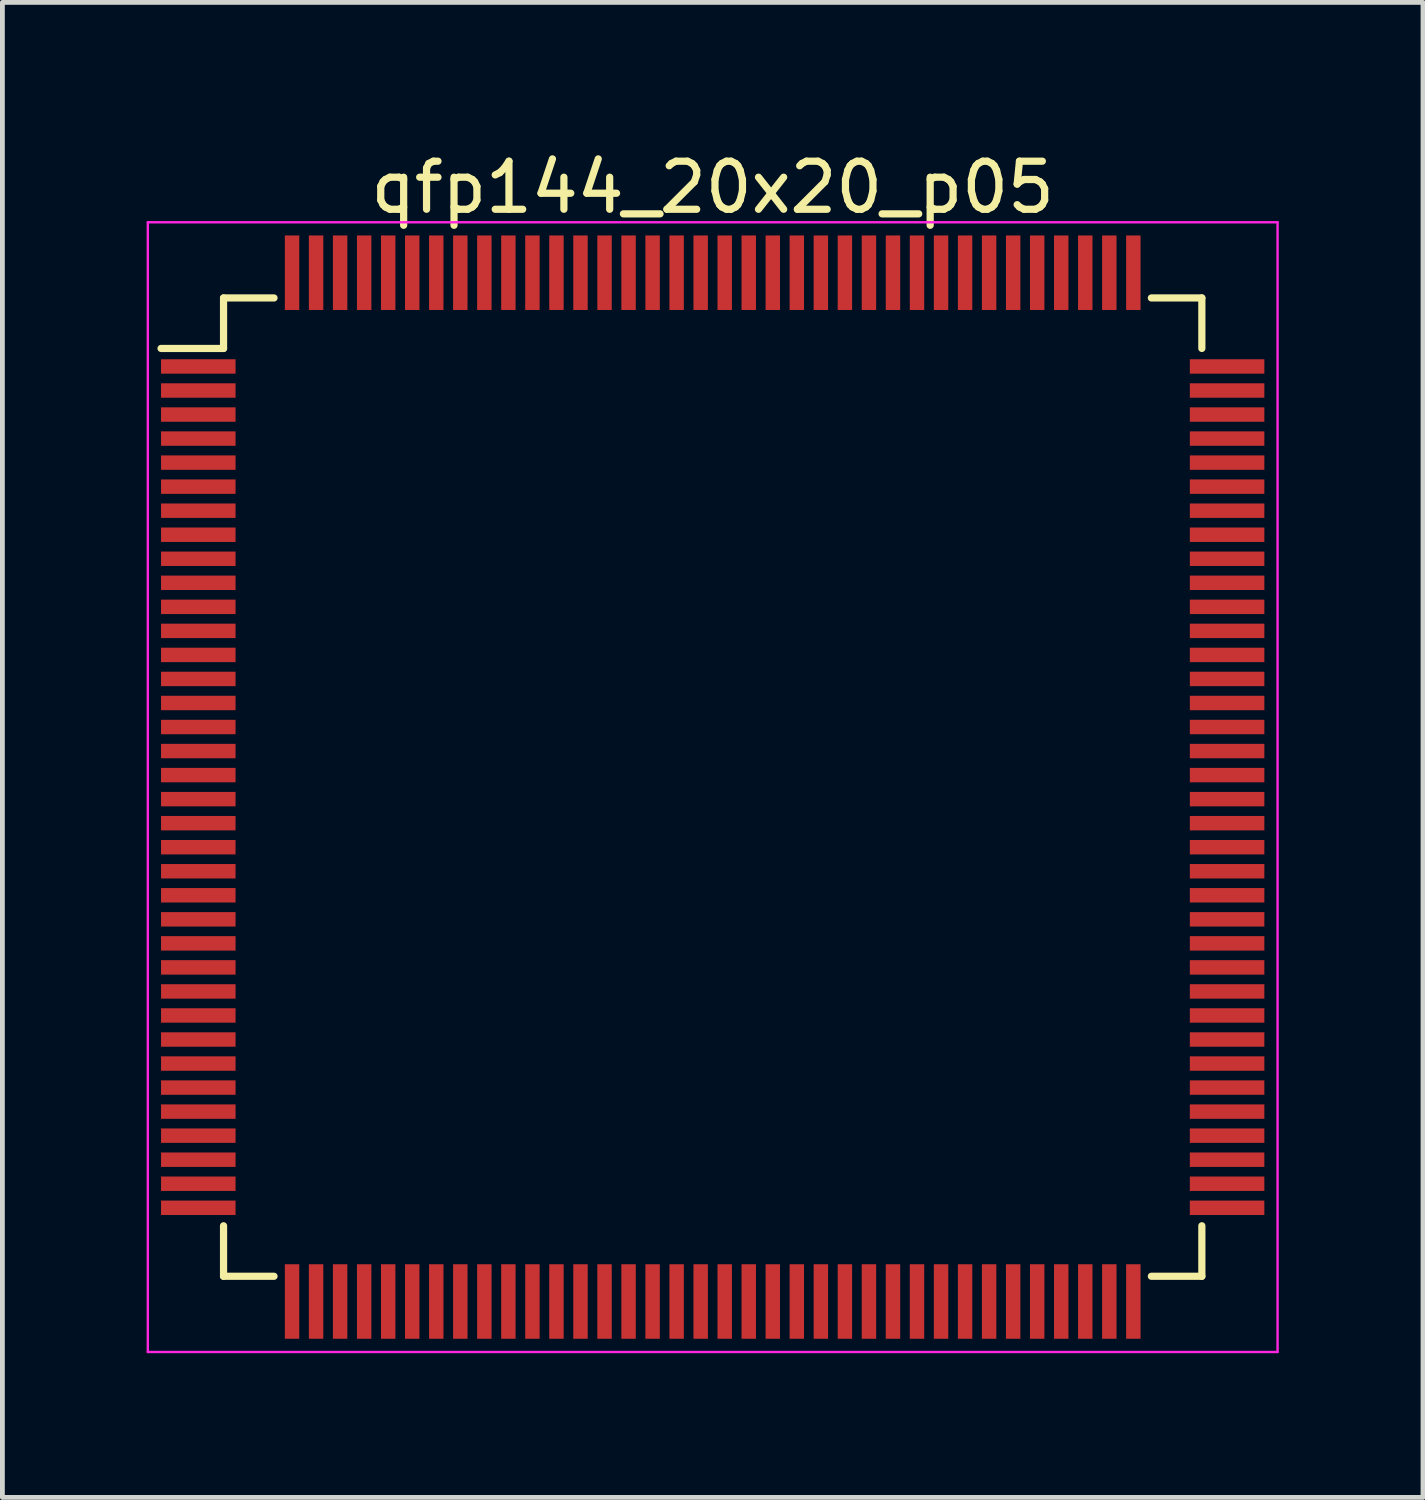
<source format=kicad_pcb>
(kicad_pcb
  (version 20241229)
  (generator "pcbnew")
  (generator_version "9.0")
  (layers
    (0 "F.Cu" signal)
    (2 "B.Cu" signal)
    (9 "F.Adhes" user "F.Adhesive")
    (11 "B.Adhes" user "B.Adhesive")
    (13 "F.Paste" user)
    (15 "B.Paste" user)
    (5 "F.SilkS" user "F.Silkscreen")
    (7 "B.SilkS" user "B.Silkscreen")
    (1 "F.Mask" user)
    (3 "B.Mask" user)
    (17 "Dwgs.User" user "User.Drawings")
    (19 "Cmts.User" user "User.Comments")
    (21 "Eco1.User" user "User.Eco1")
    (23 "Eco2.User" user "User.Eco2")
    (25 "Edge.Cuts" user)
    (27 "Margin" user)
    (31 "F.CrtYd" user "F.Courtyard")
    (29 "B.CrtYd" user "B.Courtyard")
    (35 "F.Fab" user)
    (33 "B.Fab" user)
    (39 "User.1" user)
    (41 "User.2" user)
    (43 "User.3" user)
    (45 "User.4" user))
  (footprint "qfp144_20x20_p05"
    (layer "F.Cu")
    (at 11.775 13.323)
    (property "Reference" "qfp144_20x20_p05" (at 0 -12.475 0) (layer "F.SilkS") (effects (font (size 1 1) (thickness 0.15))))
    (attr smd)
    (fp_line (start -10.175 -10.175) (end -10.175 -9.125) (stroke (width 0.15) (type solid)) (layer "F.SilkS"))
    (fp_line (start -10.175 -10.175) (end -9.125 -10.175) (stroke (width 0.15) (type solid)) (layer "F.SilkS"))
    (fp_line (start -10.175 -9.125) (end -11.475 -9.125) (stroke (width 0.15) (type solid)) (layer "F.SilkS"))
    (fp_line (start -10.175 10.175) (end -10.175 9.125) (stroke (width 0.15) (type solid)) (layer "F.SilkS"))
    (fp_line (start -10.175 10.175) (end -9.125 10.175) (stroke (width 0.15) (type solid)) (layer "F.SilkS"))
    (fp_line (start 10.175 -10.175) (end 9.125 -10.175) (stroke (width 0.15) (type solid)) (layer "F.SilkS"))
    (fp_line (start 10.175 -10.175) (end 10.175 -9.125) (stroke (width 0.15) (type solid)) (layer "F.SilkS"))
    (fp_line (start 10.175 10.175) (end 9.125 10.175) (stroke (width 0.15) (type solid)) (layer "F.SilkS"))
    (fp_line (start 10.175 10.175) (end 10.175 9.125) (stroke (width 0.15) (type solid)) (layer "F.SilkS"))
    (fp_line (start -11.75 -11.75) (end -11.75 11.75) (stroke (width 0.05) (type solid)) (layer "F.CrtYd"))
    (fp_line (start -11.75 -11.75) (end 11.75 -11.75) (stroke (width 0.05) (type solid)) (layer "F.CrtYd"))
    (fp_line (start -11.75 11.75) (end 11.75 11.75) (stroke (width 0.05) (type solid)) (layer "F.CrtYd"))
    (fp_line (start 11.75 -11.75) (end 11.75 11.75) (stroke (width 0.05) (type solid)) (layer "F.CrtYd"))
    (pad "1" smd rect (at -10.7 -8.75) (size 1.55 0.3) (layers "F.Cu" "F.Mask" "F.Paste"))
    (pad "2" smd rect (at -10.7 -8.25) (size 1.55 0.3) (layers "F.Cu" "F.Mask" "F.Paste"))
    (pad "3" smd rect (at -10.7 -7.75) (size 1.55 0.3) (layers "F.Cu" "F.Mask" "F.Paste"))
    (pad "4" smd rect (at -10.7 -7.25) (size 1.55 0.3) (layers "F.Cu" "F.Mask" "F.Paste"))
    (pad "5" smd rect (at -10.7 -6.75) (size 1.55 0.3) (layers "F.Cu" "F.Mask" "F.Paste"))
    (pad "6" smd rect (at -10.7 -6.25) (size 1.55 0.3) (layers "F.Cu" "F.Mask" "F.Paste"))
    (pad "7" smd rect (at -10.7 -5.75) (size 1.55 0.3) (layers "F.Cu" "F.Mask" "F.Paste"))
    (pad "8" smd rect (at -10.7 -5.25) (size 1.55 0.3) (layers "F.Cu" "F.Mask" "F.Paste"))
    (pad "9" smd rect (at -10.7 -4.75) (size 1.55 0.3) (layers "F.Cu" "F.Mask" "F.Paste"))
    (pad "10" smd rect (at -10.7 -4.25) (size 1.55 0.3) (layers "F.Cu" "F.Mask" "F.Paste"))
    (pad "11" smd rect (at -10.7 -3.75) (size 1.55 0.3) (layers "F.Cu" "F.Mask" "F.Paste"))
    (pad "12" smd rect (at -10.7 -3.25) (size 1.55 0.3) (layers "F.Cu" "F.Mask" "F.Paste"))
    (pad "13" smd rect (at -10.7 -2.75) (size 1.55 0.3) (layers "F.Cu" "F.Mask" "F.Paste"))
    (pad "14" smd rect (at -10.7 -2.25) (size 1.55 0.3) (layers "F.Cu" "F.Mask" "F.Paste"))
    (pad "15" smd rect (at -10.7 -1.75) (size 1.55 0.3) (layers "F.Cu" "F.Mask" "F.Paste"))
    (pad "16" smd rect (at -10.7 -1.25) (size 1.55 0.3) (layers "F.Cu" "F.Mask" "F.Paste"))
    (pad "17" smd rect (at -10.7 -0.75) (size 1.55 0.3) (layers "F.Cu" "F.Mask" "F.Paste"))
    (pad "18" smd rect (at -10.7 -0.25) (size 1.55 0.3) (layers "F.Cu" "F.Mask" "F.Paste"))
    (pad "19" smd rect (at -10.7 0.25) (size 1.55 0.3) (layers "F.Cu" "F.Mask" "F.Paste"))
    (pad "20" smd rect (at -10.7 0.75) (size 1.55 0.3) (layers "F.Cu" "F.Mask" "F.Paste"))
    (pad "21" smd rect (at -10.7 1.25) (size 1.55 0.3) (layers "F.Cu" "F.Mask" "F.Paste"))
    (pad "22" smd rect (at -10.7 1.75) (size 1.55 0.3) (layers "F.Cu" "F.Mask" "F.Paste"))
    (pad "23" smd rect (at -10.7 2.25) (size 1.55 0.3) (layers "F.Cu" "F.Mask" "F.Paste"))
    (pad "24" smd rect (at -10.7 2.75) (size 1.55 0.3) (layers "F.Cu" "F.Mask" "F.Paste"))
    (pad "25" smd rect (at -10.7 3.25) (size 1.55 0.3) (layers "F.Cu" "F.Mask" "F.Paste"))
    (pad "26" smd rect (at -10.7 3.75) (size 1.55 0.3) (layers "F.Cu" "F.Mask" "F.Paste"))
    (pad "27" smd rect (at -10.7 4.25) (size 1.55 0.3) (layers "F.Cu" "F.Mask" "F.Paste"))
    (pad "28" smd rect (at -10.7 4.75) (size 1.55 0.3) (layers "F.Cu" "F.Mask" "F.Paste"))
    (pad "29" smd rect (at -10.7 5.25) (size 1.55 0.3) (layers "F.Cu" "F.Mask" "F.Paste"))
    (pad "30" smd rect (at -10.7 5.75) (size 1.55 0.3) (layers "F.Cu" "F.Mask" "F.Paste"))
    (pad "31" smd rect (at -10.7 6.25) (size 1.55 0.3) (layers "F.Cu" "F.Mask" "F.Paste"))
    (pad "32" smd rect (at -10.7 6.75) (size 1.55 0.3) (layers "F.Cu" "F.Mask" "F.Paste"))
    (pad "33" smd rect (at -10.7 7.25) (size 1.55 0.3) (layers "F.Cu" "F.Mask" "F.Paste"))
    (pad "34" smd rect (at -10.7 7.75) (size 1.55 0.3) (layers "F.Cu" "F.Mask" "F.Paste"))
    (pad "35" smd rect (at -10.7 8.25) (size 1.55 0.3) (layers "F.Cu" "F.Mask" "F.Paste"))
    (pad "36" smd rect (at -10.7 8.75) (size 1.55 0.3) (layers "F.Cu" "F.Mask" "F.Paste"))
    (pad "37" smd rect (at -8.75 10.7 90) (size 1.55 0.3) (layers "F.Cu" "F.Mask" "F.Paste"))
    (pad "38" smd rect (at -8.25 10.7 90) (size 1.55 0.3) (layers "F.Cu" "F.Mask" "F.Paste"))
    (pad "39" smd rect (at -7.75 10.7 90) (size 1.55 0.3) (layers "F.Cu" "F.Mask" "F.Paste"))
    (pad "40" smd rect (at -7.25 10.7 90) (size 1.55 0.3) (layers "F.Cu" "F.Mask" "F.Paste"))
    (pad "41" smd rect (at -6.75 10.7 90) (size 1.55 0.3) (layers "F.Cu" "F.Mask" "F.Paste"))
    (pad "42" smd rect (at -6.25 10.7 90) (size 1.55 0.3) (layers "F.Cu" "F.Mask" "F.Paste"))
    (pad "43" smd rect (at -5.75 10.7 90) (size 1.55 0.3) (layers "F.Cu" "F.Mask" "F.Paste"))
    (pad "44" smd rect (at -5.25 10.7 90) (size 1.55 0.3) (layers "F.Cu" "F.Mask" "F.Paste"))
    (pad "45" smd rect (at -4.75 10.7 90) (size 1.55 0.3) (layers "F.Cu" "F.Mask" "F.Paste"))
    (pad "46" smd rect (at -4.25 10.7 90) (size 1.55 0.3) (layers "F.Cu" "F.Mask" "F.Paste"))
    (pad "47" smd rect (at -3.75 10.7 90) (size 1.55 0.3) (layers "F.Cu" "F.Mask" "F.Paste"))
    (pad "48" smd rect (at -3.25 10.7 90) (size 1.55 0.3) (layers "F.Cu" "F.Mask" "F.Paste"))
    (pad "49" smd rect (at -2.75 10.7 90) (size 1.55 0.3) (layers "F.Cu" "F.Mask" "F.Paste"))
    (pad "50" smd rect (at -2.25 10.7 90) (size 1.55 0.3) (layers "F.Cu" "F.Mask" "F.Paste"))
    (pad "51" smd rect (at -1.75 10.7 90) (size 1.55 0.3) (layers "F.Cu" "F.Mask" "F.Paste"))
    (pad "52" smd rect (at -1.25 10.7 90) (size 1.55 0.3) (layers "F.Cu" "F.Mask" "F.Paste"))
    (pad "53" smd rect (at -0.75 10.7 90) (size 1.55 0.3) (layers "F.Cu" "F.Mask" "F.Paste"))
    (pad "54" smd rect (at -0.25 10.7 90) (size 1.55 0.3) (layers "F.Cu" "F.Mask" "F.Paste"))
    (pad "55" smd rect (at 0.25 10.7 90) (size 1.55 0.3) (layers "F.Cu" "F.Mask" "F.Paste"))
    (pad "56" smd rect (at 0.75 10.7 90) (size 1.55 0.3) (layers "F.Cu" "F.Mask" "F.Paste"))
    (pad "57" smd rect (at 1.25 10.7 90) (size 1.55 0.3) (layers "F.Cu" "F.Mask" "F.Paste"))
    (pad "58" smd rect (at 1.75 10.7 90) (size 1.55 0.3) (layers "F.Cu" "F.Mask" "F.Paste"))
    (pad "59" smd rect (at 2.25 10.7 90) (size 1.55 0.3) (layers "F.Cu" "F.Mask" "F.Paste"))
    (pad "60" smd rect (at 2.75 10.7 90) (size 1.55 0.3) (layers "F.Cu" "F.Mask" "F.Paste"))
    (pad "61" smd rect (at 3.25 10.7 90) (size 1.55 0.3) (layers "F.Cu" "F.Mask" "F.Paste"))
    (pad "62" smd rect (at 3.75 10.7 90) (size 1.55 0.3) (layers "F.Cu" "F.Mask" "F.Paste"))
    (pad "63" smd rect (at 4.25 10.7 90) (size 1.55 0.3) (layers "F.Cu" "F.Mask" "F.Paste"))
    (pad "64" smd rect (at 4.75 10.7 90) (size 1.55 0.3) (layers "F.Cu" "F.Mask" "F.Paste"))
    (pad "65" smd rect (at 5.25 10.7 90) (size 1.55 0.3) (layers "F.Cu" "F.Mask" "F.Paste"))
    (pad "66" smd rect (at 5.75 10.7 90) (size 1.55 0.3) (layers "F.Cu" "F.Mask" "F.Paste"))
    (pad "67" smd rect (at 6.25 10.7 90) (size 1.55 0.3) (layers "F.Cu" "F.Mask" "F.Paste"))
    (pad "68" smd rect (at 6.75 10.7 90) (size 1.55 0.3) (layers "F.Cu" "F.Mask" "F.Paste"))
    (pad "69" smd rect (at 7.25 10.7 90) (size 1.55 0.3) (layers "F.Cu" "F.Mask" "F.Paste"))
    (pad "70" smd rect (at 7.75 10.7 90) (size 1.55 0.3) (layers "F.Cu" "F.Mask" "F.Paste"))
    (pad "71" smd rect (at 8.25 10.7 90) (size 1.55 0.3) (layers "F.Cu" "F.Mask" "F.Paste"))
    (pad "72" smd rect (at 8.75 10.7 90) (size 1.55 0.3) (layers "F.Cu" "F.Mask" "F.Paste"))
    (pad "73" smd rect (at 10.7 8.75) (size 1.55 0.3) (layers "F.Cu" "F.Mask" "F.Paste"))
    (pad "74" smd rect (at 10.7 8.25) (size 1.55 0.3) (layers "F.Cu" "F.Mask" "F.Paste"))
    (pad "75" smd rect (at 10.7 7.75) (size 1.55 0.3) (layers "F.Cu" "F.Mask" "F.Paste"))
    (pad "76" smd rect (at 10.7 7.25) (size 1.55 0.3) (layers "F.Cu" "F.Mask" "F.Paste"))
    (pad "77" smd rect (at 10.7 6.75) (size 1.55 0.3) (layers "F.Cu" "F.Mask" "F.Paste"))
    (pad "78" smd rect (at 10.7 6.25) (size 1.55 0.3) (layers "F.Cu" "F.Mask" "F.Paste"))
    (pad "79" smd rect (at 10.7 5.75) (size 1.55 0.3) (layers "F.Cu" "F.Mask" "F.Paste"))
    (pad "80" smd rect (at 10.7 5.25) (size 1.55 0.3) (layers "F.Cu" "F.Mask" "F.Paste"))
    (pad "81" smd rect (at 10.7 4.75) (size 1.55 0.3) (layers "F.Cu" "F.Mask" "F.Paste"))
    (pad "82" smd rect (at 10.7 4.25) (size 1.55 0.3) (layers "F.Cu" "F.Mask" "F.Paste"))
    (pad "83" smd rect (at 10.7 3.75) (size 1.55 0.3) (layers "F.Cu" "F.Mask" "F.Paste"))
    (pad "84" smd rect (at 10.7 3.25) (size 1.55 0.3) (layers "F.Cu" "F.Mask" "F.Paste"))
    (pad "85" smd rect (at 10.7 2.75) (size 1.55 0.3) (layers "F.Cu" "F.Mask" "F.Paste"))
    (pad "86" smd rect (at 10.7 2.25) (size 1.55 0.3) (layers "F.Cu" "F.Mask" "F.Paste"))
    (pad "87" smd rect (at 10.7 1.75) (size 1.55 0.3) (layers "F.Cu" "F.Mask" "F.Paste"))
    (pad "88" smd rect (at 10.7 1.25) (size 1.55 0.3) (layers "F.Cu" "F.Mask" "F.Paste"))
    (pad "89" smd rect (at 10.7 0.75) (size 1.55 0.3) (layers "F.Cu" "F.Mask" "F.Paste"))
    (pad "90" smd rect (at 10.7 0.25) (size 1.55 0.3) (layers "F.Cu" "F.Mask" "F.Paste"))
    (pad "91" smd rect (at 10.7 -0.25) (size 1.55 0.3) (layers "F.Cu" "F.Mask" "F.Paste"))
    (pad "92" smd rect (at 10.7 -0.75) (size 1.55 0.3) (layers "F.Cu" "F.Mask" "F.Paste"))
    (pad "93" smd rect (at 10.7 -1.25) (size 1.55 0.3) (layers "F.Cu" "F.Mask" "F.Paste"))
    (pad "94" smd rect (at 10.7 -1.75) (size 1.55 0.3) (layers "F.Cu" "F.Mask" "F.Paste"))
    (pad "95" smd rect (at 10.7 -2.25) (size 1.55 0.3) (layers "F.Cu" "F.Mask" "F.Paste"))
    (pad "96" smd rect (at 10.7 -2.75) (size 1.55 0.3) (layers "F.Cu" "F.Mask" "F.Paste"))
    (pad "97" smd rect (at 10.7 -3.25) (size 1.55 0.3) (layers "F.Cu" "F.Mask" "F.Paste"))
    (pad "98" smd rect (at 10.7 -3.75) (size 1.55 0.3) (layers "F.Cu" "F.Mask" "F.Paste"))
    (pad "99" smd rect (at 10.7 -4.25) (size 1.55 0.3) (layers "F.Cu" "F.Mask" "F.Paste"))
    (pad "100" smd rect (at 10.7 -4.75) (size 1.55 0.3) (layers "F.Cu" "F.Mask" "F.Paste"))
    (pad "101" smd rect (at 10.7 -5.25) (size 1.55 0.3) (layers "F.Cu" "F.Mask" "F.Paste"))
    (pad "102" smd rect (at 10.7 -5.75) (size 1.55 0.3) (layers "F.Cu" "F.Mask" "F.Paste"))
    (pad "103" smd rect (at 10.7 -6.25) (size 1.55 0.3) (layers "F.Cu" "F.Mask" "F.Paste"))
    (pad "104" smd rect (at 10.7 -6.75) (size 1.55 0.3) (layers "F.Cu" "F.Mask" "F.Paste"))
    (pad "105" smd rect (at 10.7 -7.25) (size 1.55 0.3) (layers "F.Cu" "F.Mask" "F.Paste"))
    (pad "106" smd rect (at 10.7 -7.75) (size 1.55 0.3) (layers "F.Cu" "F.Mask" "F.Paste"))
    (pad "107" smd rect (at 10.7 -8.25) (size 1.55 0.3) (layers "F.Cu" "F.Mask" "F.Paste"))
    (pad "108" smd rect (at 10.7 -8.75) (size 1.55 0.3) (layers "F.Cu" "F.Mask" "F.Paste"))
    (pad "109" smd rect (at 8.75 -10.7 90) (size 1.55 0.3) (layers "F.Cu" "F.Mask" "F.Paste"))
    (pad "110" smd rect (at 8.25 -10.7 90) (size 1.55 0.3) (layers "F.Cu" "F.Mask" "F.Paste"))
    (pad "111" smd rect (at 7.75 -10.7 90) (size 1.55 0.3) (layers "F.Cu" "F.Mask" "F.Paste"))
    (pad "112" smd rect (at 7.25 -10.7 90) (size 1.55 0.3) (layers "F.Cu" "F.Mask" "F.Paste"))
    (pad "113" smd rect (at 6.75 -10.7 90) (size 1.55 0.3) (layers "F.Cu" "F.Mask" "F.Paste"))
    (pad "114" smd rect (at 6.25 -10.7 90) (size 1.55 0.3) (layers "F.Cu" "F.Mask" "F.Paste"))
    (pad "115" smd rect (at 5.75 -10.7 90) (size 1.55 0.3) (layers "F.Cu" "F.Mask" "F.Paste"))
    (pad "116" smd rect (at 5.25 -10.7 90) (size 1.55 0.3) (layers "F.Cu" "F.Mask" "F.Paste"))
    (pad "117" smd rect (at 4.75 -10.7 90) (size 1.55 0.3) (layers "F.Cu" "F.Mask" "F.Paste"))
    (pad "118" smd rect (at 4.25 -10.7 90) (size 1.55 0.3) (layers "F.Cu" "F.Mask" "F.Paste"))
    (pad "119" smd rect (at 3.75 -10.7 90) (size 1.55 0.3) (layers "F.Cu" "F.Mask" "F.Paste"))
    (pad "120" smd rect (at 3.25 -10.7 90) (size 1.55 0.3) (layers "F.Cu" "F.Mask" "F.Paste"))
    (pad "121" smd rect (at 2.75 -10.7 90) (size 1.55 0.3) (layers "F.Cu" "F.Mask" "F.Paste"))
    (pad "122" smd rect (at 2.25 -10.7 90) (size 1.55 0.3) (layers "F.Cu" "F.Mask" "F.Paste"))
    (pad "123" smd rect (at 1.75 -10.7 90) (size 1.55 0.3) (layers "F.Cu" "F.Mask" "F.Paste"))
    (pad "124" smd rect (at 1.25 -10.7 90) (size 1.55 0.3) (layers "F.Cu" "F.Mask" "F.Paste"))
    (pad "125" smd rect (at 0.75 -10.7 90) (size 1.55 0.3) (layers "F.Cu" "F.Mask" "F.Paste"))
    (pad "126" smd rect (at 0.25 -10.7 90) (size 1.55 0.3) (layers "F.Cu" "F.Mask" "F.Paste"))
    (pad "127" smd rect (at -0.25 -10.7 90) (size 1.55 0.3) (layers "F.Cu" "F.Mask" "F.Paste"))
    (pad "128" smd rect (at -0.75 -10.7 90) (size 1.55 0.3) (layers "F.Cu" "F.Mask" "F.Paste"))
    (pad "129" smd rect (at -1.25 -10.7 90) (size 1.55 0.3) (layers "F.Cu" "F.Mask" "F.Paste"))
    (pad "130" smd rect (at -1.75 -10.7 90) (size 1.55 0.3) (layers "F.Cu" "F.Mask" "F.Paste"))
    (pad "131" smd rect (at -2.25 -10.7 90) (size 1.55 0.3) (layers "F.Cu" "F.Mask" "F.Paste"))
    (pad "132" smd rect (at -2.75 -10.7 90) (size 1.55 0.3) (layers "F.Cu" "F.Mask" "F.Paste"))
    (pad "133" smd rect (at -3.25 -10.7 90) (size 1.55 0.3) (layers "F.Cu" "F.Mask" "F.Paste"))
    (pad "134" smd rect (at -3.75 -10.7 90) (size 1.55 0.3) (layers "F.Cu" "F.Mask" "F.Paste"))
    (pad "135" smd rect (at -4.25 -10.7 90) (size 1.55 0.3) (layers "F.Cu" "F.Mask" "F.Paste"))
    (pad "136" smd rect (at -4.75 -10.7 90) (size 1.55 0.3) (layers "F.Cu" "F.Mask" "F.Paste"))
    (pad "137" smd rect (at -5.25 -10.7 90) (size 1.55 0.3) (layers "F.Cu" "F.Mask" "F.Paste"))
    (pad "138" smd rect (at -5.75 -10.7 90) (size 1.55 0.3) (layers "F.Cu" "F.Mask" "F.Paste"))
    (pad "139" smd rect (at -6.25 -10.7 90) (size 1.55 0.3) (layers "F.Cu" "F.Mask" "F.Paste"))
    (pad "140" smd rect (at -6.75 -10.7 90) (size 1.55 0.3) (layers "F.Cu" "F.Mask" "F.Paste"))
    (pad "141" smd rect (at -7.25 -10.7 90) (size 1.55 0.3) (layers "F.Cu" "F.Mask" "F.Paste"))
    (pad "142" smd rect (at -7.75 -10.7 90) (size 1.55 0.3) (layers "F.Cu" "F.Mask" "F.Paste"))
    (pad "143" smd rect (at -8.25 -10.7 90) (size 1.55 0.3) (layers "F.Cu" "F.Mask" "F.Paste"))
    (pad "144" smd rect (at -8.75 -10.7 90) (size 1.55 0.3) (layers "F.Cu" "F.Mask" "F.Paste")))
  (gr_rect
    (start -3 -3)
    (end 26.55 28.098)
    (stroke (width 0.1) (type default))
    (fill no)
    (layer "Edge.Cuts")))
</source>
